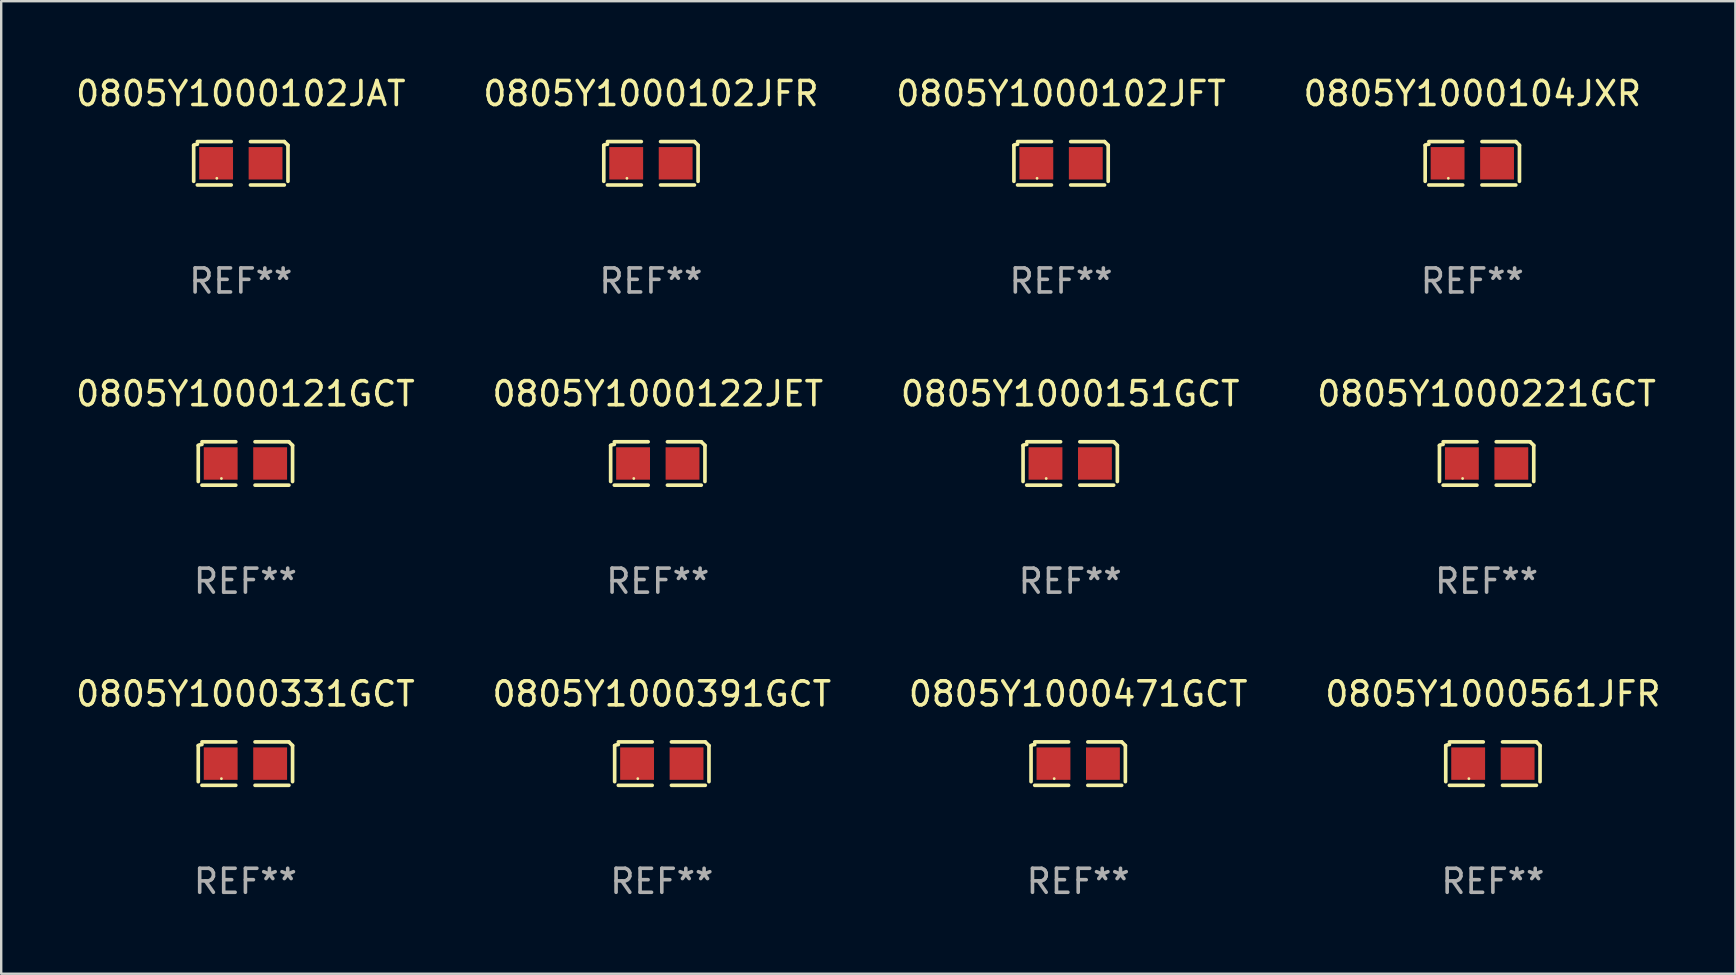
<source format=kicad_pcb>
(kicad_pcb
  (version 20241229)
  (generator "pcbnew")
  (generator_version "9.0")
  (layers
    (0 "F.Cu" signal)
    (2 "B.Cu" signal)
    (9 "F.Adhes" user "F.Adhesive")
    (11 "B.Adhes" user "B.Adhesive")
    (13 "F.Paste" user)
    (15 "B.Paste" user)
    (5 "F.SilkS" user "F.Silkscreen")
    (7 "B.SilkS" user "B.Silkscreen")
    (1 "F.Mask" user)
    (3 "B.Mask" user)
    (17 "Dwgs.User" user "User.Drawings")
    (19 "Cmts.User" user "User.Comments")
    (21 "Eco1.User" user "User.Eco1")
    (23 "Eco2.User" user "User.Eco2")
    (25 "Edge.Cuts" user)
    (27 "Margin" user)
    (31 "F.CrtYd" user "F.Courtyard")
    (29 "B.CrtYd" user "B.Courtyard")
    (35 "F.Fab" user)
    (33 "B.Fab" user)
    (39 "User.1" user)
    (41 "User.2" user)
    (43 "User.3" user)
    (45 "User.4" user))
  (footprint "0805Y1000471GCT"
    (layer "F.Cu")
    (at 41.863 28.759)
    (property "Reference" "0805Y1000471GCT" (at 0 -2.904 0) (layer "F.SilkS") (effects (font (size 1 1) (thickness 0.15))))
    (attr through_hole)
    (fp_line (start -1.964 0.751) (end -1.964 -0.751) (stroke (width 0.152) (type solid)) (layer "F.SilkS"))
    (fp_line (start -1.811 -0.904) (end -0.401 -0.904) (stroke (width 0.152) (type solid)) (layer "F.SilkS"))
    (fp_line (start -0.401 0.904) (end -1.811 0.904) (stroke (width 0.152) (type solid)) (layer "F.SilkS"))
    (fp_line (start 0.401 0.904) (end 1.811 0.904) (stroke (width 0.152) (type solid)) (layer "F.SilkS"))
    (fp_line (start 1.811 -0.904) (end 0.401 -0.904) (stroke (width 0.152) (type solid)) (layer "F.SilkS"))
    (fp_line (start 1.964 0.751) (end 1.964 -0.751) (stroke (width 0.152) (type solid)) (layer "F.SilkS"))
    (fp_arc (start -1.963602 -0.751207) (mid -1.890354 -0.783131) (end -1.811201 -0.794044) (stroke (width 0.1524) (type solid)) (layer "F.SilkS"))
    (fp_arc (start 1.811202 -0.903607) (mid 1.887413 -0.827418) (end 1.963602 -0.751207) (stroke (width 0.1524) (type solid)) (layer "F.SilkS"))
    (fp_circle (center -1 0.625) (end -0.97 0.625) (stroke (width 0.06) (type solid)) (fill no) (layer "F.SilkS"))
    (fp_text user "REF**" (at 0 4.904 0) (layer "F.Fab") (effects (font (size 1 1) (thickness 0.15))))
    (pad "1" smd rect (at -1.03 0) (size 1.41 1.35) (layers "F.Cu" "F.Mask" "F.Paste"))
    (pad "2" smd rect (at 1.03 0) (size 1.41 1.35) (layers "F.Cu" "F.Mask" "F.Paste")))
  (footprint "0805Y1000102JFR"
    (layer "F.Cu")
    (at 24.065 3.752)
    (property "Reference" "0805Y1000102JFR" (at 0 -2.904 0) (layer "F.SilkS") (effects (font (size 1 1) (thickness 0.15))))
    (attr through_hole)
    (fp_line (start -1.964 0.751) (end -1.964 -0.751) (stroke (width 0.152) (type solid)) (layer "F.SilkS"))
    (fp_line (start -1.811 -0.904) (end -0.401 -0.904) (stroke (width 0.152) (type solid)) (layer "F.SilkS"))
    (fp_line (start -0.401 0.904) (end -1.811 0.904) (stroke (width 0.152) (type solid)) (layer "F.SilkS"))
    (fp_line (start 0.401 0.904) (end 1.811 0.904) (stroke (width 0.152) (type solid)) (layer "F.SilkS"))
    (fp_line (start 1.811 -0.904) (end 0.401 -0.904) (stroke (width 0.152) (type solid)) (layer "F.SilkS"))
    (fp_line (start 1.964 0.751) (end 1.964 -0.751) (stroke (width 0.152) (type solid)) (layer "F.SilkS"))
    (fp_arc (start -1.963602 -0.751207) (mid -1.890354 -0.783131) (end -1.811201 -0.794044) (stroke (width 0.1524) (type solid)) (layer "F.SilkS"))
    (fp_arc (start 1.811202 -0.903607) (mid 1.887413 -0.827418) (end 1.963602 -0.751207) (stroke (width 0.1524) (type solid)) (layer "F.SilkS"))
    (fp_circle (center -1 0.625) (end -0.97 0.625) (stroke (width 0.06) (type solid)) (fill no) (layer "F.SilkS"))
    (fp_text user "REF**" (at 0 4.904 0) (layer "F.Fab") (effects (font (size 1 1) (thickness 0.15))))
    (pad "1" smd rect (at -1.03 0) (size 1.41 1.35) (layers "F.Cu" "F.Mask" "F.Paste"))
    (pad "2" smd rect (at 1.03 0) (size 1.41 1.35) (layers "F.Cu" "F.Mask" "F.Paste")))
  (footprint "0805Y1000121GCT"
    (layer "F.Cu")
    (at 7.173 16.256)
    (property "Reference" "0805Y1000121GCT" (at 0 -2.904 0) (layer "F.SilkS") (effects (font (size 1 1) (thickness 0.15))))
    (attr through_hole)
    (fp_line (start -1.964 0.751) (end -1.964 -0.751) (stroke (width 0.152) (type solid)) (layer "F.SilkS"))
    (fp_line (start -1.811 -0.904) (end -0.401 -0.904) (stroke (width 0.152) (type solid)) (layer "F.SilkS"))
    (fp_line (start -0.401 0.904) (end -1.811 0.904) (stroke (width 0.152) (type solid)) (layer "F.SilkS"))
    (fp_line (start 0.401 0.904) (end 1.811 0.904) (stroke (width 0.152) (type solid)) (layer "F.SilkS"))
    (fp_line (start 1.811 -0.904) (end 0.401 -0.904) (stroke (width 0.152) (type solid)) (layer "F.SilkS"))
    (fp_line (start 1.964 0.751) (end 1.964 -0.751) (stroke (width 0.152) (type solid)) (layer "F.SilkS"))
    (fp_arc (start -1.963602 -0.751207) (mid -1.890354 -0.783131) (end -1.811201 -0.794044) (stroke (width 0.1524) (type solid)) (layer "F.SilkS"))
    (fp_arc (start 1.811202 -0.903607) (mid 1.887413 -0.827418) (end 1.963602 -0.751207) (stroke (width 0.1524) (type solid)) (layer "F.SilkS"))
    (fp_circle (center -1 0.625) (end -0.97 0.625) (stroke (width 0.06) (type solid)) (fill no) (layer "F.SilkS"))
    (fp_text user "REF**" (at 0 4.904 0) (layer "F.Fab") (effects (font (size 1 1) (thickness 0.15))))
    (pad "1" smd rect (at -1.03 0) (size 1.41 1.35) (layers "F.Cu" "F.Mask" "F.Paste"))
    (pad "2" smd rect (at 1.03 0) (size 1.41 1.35) (layers "F.Cu" "F.Mask" "F.Paste")))
  (footprint "0805Y1000391GCT"
    (layer "F.Cu")
    (at 24.518 28.759)
    (property "Reference" "0805Y1000391GCT" (at 0 -2.904 0) (layer "F.SilkS") (effects (font (size 1 1) (thickness 0.15))))
    (attr through_hole)
    (fp_line (start -1.964 0.751) (end -1.964 -0.751) (stroke (width 0.152) (type solid)) (layer "F.SilkS"))
    (fp_line (start -1.811 -0.904) (end -0.401 -0.904) (stroke (width 0.152) (type solid)) (layer "F.SilkS"))
    (fp_line (start -0.401 0.904) (end -1.811 0.904) (stroke (width 0.152) (type solid)) (layer "F.SilkS"))
    (fp_line (start 0.401 0.904) (end 1.811 0.904) (stroke (width 0.152) (type solid)) (layer "F.SilkS"))
    (fp_line (start 1.811 -0.904) (end 0.401 -0.904) (stroke (width 0.152) (type solid)) (layer "F.SilkS"))
    (fp_line (start 1.964 0.751) (end 1.964 -0.751) (stroke (width 0.152) (type solid)) (layer "F.SilkS"))
    (fp_arc (start -1.963602 -0.751207) (mid -1.890354 -0.783131) (end -1.811201 -0.794044) (stroke (width 0.1524) (type solid)) (layer "F.SilkS"))
    (fp_arc (start 1.811202 -0.903607) (mid 1.887413 -0.827418) (end 1.963602 -0.751207) (stroke (width 0.1524) (type solid)) (layer "F.SilkS"))
    (fp_circle (center -1 0.625) (end -0.97 0.625) (stroke (width 0.06) (type solid)) (fill no) (layer "F.SilkS"))
    (fp_text user "REF**" (at 0 4.904 0) (layer "F.Fab") (effects (font (size 1 1) (thickness 0.15))))
    (pad "1" smd rect (at -1.03 0) (size 1.41 1.35) (layers "F.Cu" "F.Mask" "F.Paste"))
    (pad "2" smd rect (at 1.03 0) (size 1.41 1.35) (layers "F.Cu" "F.Mask" "F.Paste")))
  (footprint "0805Y1000331GCT"
    (layer "F.Cu")
    (at 7.173 28.759)
    (property "Reference" "0805Y1000331GCT" (at 0 -2.904 0) (layer "F.SilkS") (effects (font (size 1 1) (thickness 0.15))))
    (attr through_hole)
    (fp_line (start -1.964 0.751) (end -1.964 -0.751) (stroke (width 0.152) (type solid)) (layer "F.SilkS"))
    (fp_line (start -1.811 -0.904) (end -0.401 -0.904) (stroke (width 0.152) (type solid)) (layer "F.SilkS"))
    (fp_line (start -0.401 0.904) (end -1.811 0.904) (stroke (width 0.152) (type solid)) (layer "F.SilkS"))
    (fp_line (start 0.401 0.904) (end 1.811 0.904) (stroke (width 0.152) (type solid)) (layer "F.SilkS"))
    (fp_line (start 1.811 -0.904) (end 0.401 -0.904) (stroke (width 0.152) (type solid)) (layer "F.SilkS"))
    (fp_line (start 1.964 0.751) (end 1.964 -0.751) (stroke (width 0.152) (type solid)) (layer "F.SilkS"))
    (fp_arc (start -1.963602 -0.751207) (mid -1.890354 -0.783131) (end -1.811201 -0.794044) (stroke (width 0.1524) (type solid)) (layer "F.SilkS"))
    (fp_arc (start 1.811202 -0.903607) (mid 1.887413 -0.827418) (end 1.963602 -0.751207) (stroke (width 0.1524) (type solid)) (layer "F.SilkS"))
    (fp_circle (center -1 0.625) (end -0.97 0.625) (stroke (width 0.06) (type solid)) (fill no) (layer "F.SilkS"))
    (fp_text user "REF**" (at 0 4.904 0) (layer "F.Fab") (effects (font (size 1 1) (thickness 0.15))))
    (pad "1" smd rect (at -1.03 0) (size 1.41 1.35) (layers "F.Cu" "F.Mask" "F.Paste"))
    (pad "2" smd rect (at 1.03 0) (size 1.41 1.35) (layers "F.Cu" "F.Mask" "F.Paste")))
  (footprint "0805Y1000221GCT"
    (layer "F.Cu")
    (at 58.875 16.256)
    (property "Reference" "0805Y1000221GCT" (at 0 -2.904 0) (layer "F.SilkS") (effects (font (size 1 1) (thickness 0.15))))
    (attr through_hole)
    (fp_line (start -1.964 0.751) (end -1.964 -0.751) (stroke (width 0.152) (type solid)) (layer "F.SilkS"))
    (fp_line (start -1.811 -0.904) (end -0.401 -0.904) (stroke (width 0.152) (type solid)) (layer "F.SilkS"))
    (fp_line (start -0.401 0.904) (end -1.811 0.904) (stroke (width 0.152) (type solid)) (layer "F.SilkS"))
    (fp_line (start 0.401 0.904) (end 1.811 0.904) (stroke (width 0.152) (type solid)) (layer "F.SilkS"))
    (fp_line (start 1.811 -0.904) (end 0.401 -0.904) (stroke (width 0.152) (type solid)) (layer "F.SilkS"))
    (fp_line (start 1.964 0.751) (end 1.964 -0.751) (stroke (width 0.152) (type solid)) (layer "F.SilkS"))
    (fp_arc (start -1.963602 -0.751207) (mid -1.890354 -0.783131) (end -1.811201 -0.794044) (stroke (width 0.1524) (type solid)) (layer "F.SilkS"))
    (fp_arc (start 1.811202 -0.903607) (mid 1.887413 -0.827418) (end 1.963602 -0.751207) (stroke (width 0.1524) (type solid)) (layer "F.SilkS"))
    (fp_circle (center -1 0.625) (end -0.97 0.625) (stroke (width 0.06) (type solid)) (fill no) (layer "F.SilkS"))
    (fp_text user "REF**" (at 0 4.904 0) (layer "F.Fab") (effects (font (size 1 1) (thickness 0.15))))
    (pad "1" smd rect (at -1.03 0) (size 1.41 1.35) (layers "F.Cu" "F.Mask" "F.Paste"))
    (pad "2" smd rect (at 1.03 0) (size 1.41 1.35) (layers "F.Cu" "F.Mask" "F.Paste")))
  (footprint "0805Y1000122JET"
    (layer "F.Cu")
    (at 24.351 16.256)
    (property "Reference" "0805Y1000122JET" (at 0 -2.904 0) (layer "F.SilkS") (effects (font (size 1 1) (thickness 0.15))))
    (attr through_hole)
    (fp_line (start -1.964 0.751) (end -1.964 -0.751) (stroke (width 0.152) (type solid)) (layer "F.SilkS"))
    (fp_line (start -1.811 -0.904) (end -0.401 -0.904) (stroke (width 0.152) (type solid)) (layer "F.SilkS"))
    (fp_line (start -0.401 0.904) (end -1.811 0.904) (stroke (width 0.152) (type solid)) (layer "F.SilkS"))
    (fp_line (start 0.401 0.904) (end 1.811 0.904) (stroke (width 0.152) (type solid)) (layer "F.SilkS"))
    (fp_line (start 1.811 -0.904) (end 0.401 -0.904) (stroke (width 0.152) (type solid)) (layer "F.SilkS"))
    (fp_line (start 1.964 0.751) (end 1.964 -0.751) (stroke (width 0.152) (type solid)) (layer "F.SilkS"))
    (fp_arc (start -1.963602 -0.751207) (mid -1.890354 -0.783131) (end -1.811201 -0.794044) (stroke (width 0.1524) (type solid)) (layer "F.SilkS"))
    (fp_arc (start 1.811202 -0.903607) (mid 1.887413 -0.827418) (end 1.963602 -0.751207) (stroke (width 0.1524) (type solid)) (layer "F.SilkS"))
    (fp_circle (center -1 0.625) (end -0.97 0.625) (stroke (width 0.06) (type solid)) (fill no) (layer "F.SilkS"))
    (fp_text user "REF**" (at 0 4.904 0) (layer "F.Fab") (effects (font (size 1 1) (thickness 0.15))))
    (pad "1" smd rect (at -1.03 0) (size 1.41 1.35) (layers "F.Cu" "F.Mask" "F.Paste"))
    (pad "2" smd rect (at 1.03 0) (size 1.41 1.35) (layers "F.Cu" "F.Mask" "F.Paste")))
  (footprint "0805Y1000151GCT"
    (layer "F.Cu")
    (at 41.53 16.256)
    (property "Reference" "0805Y1000151GCT" (at 0 -2.904 0) (layer "F.SilkS") (effects (font (size 1 1) (thickness 0.15))))
    (attr through_hole)
    (fp_line (start -1.964 0.751) (end -1.964 -0.751) (stroke (width 0.152) (type solid)) (layer "F.SilkS"))
    (fp_line (start -1.811 -0.904) (end -0.401 -0.904) (stroke (width 0.152) (type solid)) (layer "F.SilkS"))
    (fp_line (start -0.401 0.904) (end -1.811 0.904) (stroke (width 0.152) (type solid)) (layer "F.SilkS"))
    (fp_line (start 0.401 0.904) (end 1.811 0.904) (stroke (width 0.152) (type solid)) (layer "F.SilkS"))
    (fp_line (start 1.811 -0.904) (end 0.401 -0.904) (stroke (width 0.152) (type solid)) (layer "F.SilkS"))
    (fp_line (start 1.964 0.751) (end 1.964 -0.751) (stroke (width 0.152) (type solid)) (layer "F.SilkS"))
    (fp_arc (start -1.963602 -0.751207) (mid -1.890354 -0.783131) (end -1.811201 -0.794044) (stroke (width 0.1524) (type solid)) (layer "F.SilkS"))
    (fp_arc (start 1.811202 -0.903607) (mid 1.887413 -0.827418) (end 1.963602 -0.751207) (stroke (width 0.1524) (type solid)) (layer "F.SilkS"))
    (fp_circle (center -1 0.625) (end -0.97 0.625) (stroke (width 0.06) (type solid)) (fill no) (layer "F.SilkS"))
    (fp_text user "REF**" (at 0 4.904 0) (layer "F.Fab") (effects (font (size 1 1) (thickness 0.15))))
    (pad "1" smd rect (at -1.03 0) (size 1.41 1.35) (layers "F.Cu" "F.Mask" "F.Paste"))
    (pad "2" smd rect (at 1.03 0) (size 1.41 1.35) (layers "F.Cu" "F.Mask" "F.Paste")))
  (footprint "0805Y1000102JFT"
    (layer "F.Cu")
    (at 41.149 3.752)
    (property "Reference" "0805Y1000102JFT" (at 0 -2.904 0) (layer "F.SilkS") (effects (font (size 1 1) (thickness 0.15))))
    (attr through_hole)
    (fp_line (start -1.964 0.751) (end -1.964 -0.751) (stroke (width 0.152) (type solid)) (layer "F.SilkS"))
    (fp_line (start -1.811 -0.904) (end -0.401 -0.904) (stroke (width 0.152) (type solid)) (layer "F.SilkS"))
    (fp_line (start -0.401 0.904) (end -1.811 0.904) (stroke (width 0.152) (type solid)) (layer "F.SilkS"))
    (fp_line (start 0.401 0.904) (end 1.811 0.904) (stroke (width 0.152) (type solid)) (layer "F.SilkS"))
    (fp_line (start 1.811 -0.904) (end 0.401 -0.904) (stroke (width 0.152) (type solid)) (layer "F.SilkS"))
    (fp_line (start 1.964 0.751) (end 1.964 -0.751) (stroke (width 0.152) (type solid)) (layer "F.SilkS"))
    (fp_arc (start -1.963602 -0.751207) (mid -1.890354 -0.783131) (end -1.811201 -0.794044) (stroke (width 0.1524) (type solid)) (layer "F.SilkS"))
    (fp_arc (start 1.811202 -0.903607) (mid 1.887413 -0.827418) (end 1.963602 -0.751207) (stroke (width 0.1524) (type solid)) (layer "F.SilkS"))
    (fp_circle (center -1 0.625) (end -0.97 0.625) (stroke (width 0.06) (type solid)) (fill no) (layer "F.SilkS"))
    (fp_text user "REF**" (at 0 4.904 0) (layer "F.Fab") (effects (font (size 1 1) (thickness 0.15))))
    (pad "1" smd rect (at -1.03 0) (size 1.41 1.35) (layers "F.Cu" "F.Mask" "F.Paste"))
    (pad "2" smd rect (at 1.03 0) (size 1.41 1.35) (layers "F.Cu" "F.Mask" "F.Paste")))
  (footprint "0805Y1000102JAT"
    (layer "F.Cu")
    (at 6.982 3.752)
    (property "Reference" "0805Y1000102JAT" (at 0 -2.904 0) (layer "F.SilkS") (effects (font (size 1 1) (thickness 0.15))))
    (attr through_hole)
    (fp_line (start -1.964 0.751) (end -1.964 -0.751) (stroke (width 0.152) (type solid)) (layer "F.SilkS"))
    (fp_line (start -1.811 -0.904) (end -0.401 -0.904) (stroke (width 0.152) (type solid)) (layer "F.SilkS"))
    (fp_line (start -0.401 0.904) (end -1.811 0.904) (stroke (width 0.152) (type solid)) (layer "F.SilkS"))
    (fp_line (start 0.401 0.904) (end 1.811 0.904) (stroke (width 0.152) (type solid)) (layer "F.SilkS"))
    (fp_line (start 1.811 -0.904) (end 0.401 -0.904) (stroke (width 0.152) (type solid)) (layer "F.SilkS"))
    (fp_line (start 1.964 0.751) (end 1.964 -0.751) (stroke (width 0.152) (type solid)) (layer "F.SilkS"))
    (fp_arc (start -1.963602 -0.751207) (mid -1.890354 -0.783131) (end -1.811201 -0.794044) (stroke (width 0.1524) (type solid)) (layer "F.SilkS"))
    (fp_arc (start 1.811202 -0.903607) (mid 1.887413 -0.827418) (end 1.963602 -0.751207) (stroke (width 0.1524) (type solid)) (layer "F.SilkS"))
    (fp_circle (center -1 0.625) (end -0.97 0.625) (stroke (width 0.06) (type solid)) (fill no) (layer "F.SilkS"))
    (fp_text user "REF**" (at 0 4.904 0) (layer "F.Fab") (effects (font (size 1 1) (thickness 0.15))))
    (pad "1" smd rect (at -1.03 0) (size 1.41 1.35) (layers "F.Cu" "F.Mask" "F.Paste"))
    (pad "2" smd rect (at 1.03 0) (size 1.41 1.35) (layers "F.Cu" "F.Mask" "F.Paste")))
  (footprint "0805Y1000561JFR"
    (layer "F.Cu")
    (at 59.137 28.759)
    (property "Reference" "0805Y1000561JFR" (at 0 -2.904 0) (layer "F.SilkS") (effects (font (size 1 1) (thickness 0.15))))
    (attr through_hole)
    (fp_line (start -1.964 0.751) (end -1.964 -0.751) (stroke (width 0.152) (type solid)) (layer "F.SilkS"))
    (fp_line (start -1.811 -0.904) (end -0.401 -0.904) (stroke (width 0.152) (type solid)) (layer "F.SilkS"))
    (fp_line (start -0.401 0.904) (end -1.811 0.904) (stroke (width 0.152) (type solid)) (layer "F.SilkS"))
    (fp_line (start 0.401 0.904) (end 1.811 0.904) (stroke (width 0.152) (type solid)) (layer "F.SilkS"))
    (fp_line (start 1.811 -0.904) (end 0.401 -0.904) (stroke (width 0.152) (type solid)) (layer "F.SilkS"))
    (fp_line (start 1.964 0.751) (end 1.964 -0.751) (stroke (width 0.152) (type solid)) (layer "F.SilkS"))
    (fp_arc (start -1.963602 -0.751207) (mid -1.890354 -0.783131) (end -1.811201 -0.794044) (stroke (width 0.1524) (type solid)) (layer "F.SilkS"))
    (fp_arc (start 1.811202 -0.903607) (mid 1.887413 -0.827418) (end 1.963602 -0.751207) (stroke (width 0.1524) (type solid)) (layer "F.SilkS"))
    (fp_circle (center -1 0.625) (end -0.97 0.625) (stroke (width 0.06) (type solid)) (fill no) (layer "F.SilkS"))
    (fp_text user "REF**" (at 0 4.904 0) (layer "F.Fab") (effects (font (size 1 1) (thickness 0.15))))
    (pad "1" smd rect (at -1.03 0) (size 1.41 1.35) (layers "F.Cu" "F.Mask" "F.Paste"))
    (pad "2" smd rect (at 1.03 0) (size 1.41 1.35) (layers "F.Cu" "F.Mask" "F.Paste")))
  (footprint "0805Y1000104JXR"
    (layer "F.Cu")
    (at 58.28 3.752)
    (property "Reference" "0805Y1000104JXR" (at 0 -2.904 0) (layer "F.SilkS") (effects (font (size 1 1) (thickness 0.15))))
    (attr through_hole)
    (fp_line (start -1.964 0.751) (end -1.964 -0.751) (stroke (width 0.152) (type solid)) (layer "F.SilkS"))
    (fp_line (start -1.811 -0.904) (end -0.401 -0.904) (stroke (width 0.152) (type solid)) (layer "F.SilkS"))
    (fp_line (start -0.401 0.904) (end -1.811 0.904) (stroke (width 0.152) (type solid)) (layer "F.SilkS"))
    (fp_line (start 0.401 0.904) (end 1.811 0.904) (stroke (width 0.152) (type solid)) (layer "F.SilkS"))
    (fp_line (start 1.811 -0.904) (end 0.401 -0.904) (stroke (width 0.152) (type solid)) (layer "F.SilkS"))
    (fp_line (start 1.964 0.751) (end 1.964 -0.751) (stroke (width 0.152) (type solid)) (layer "F.SilkS"))
    (fp_arc (start -1.963602 -0.751207) (mid -1.890354 -0.783131) (end -1.811201 -0.794044) (stroke (width 0.1524) (type solid)) (layer "F.SilkS"))
    (fp_arc (start 1.811202 -0.903607) (mid 1.887413 -0.827418) (end 1.963602 -0.751207) (stroke (width 0.1524) (type solid)) (layer "F.SilkS"))
    (fp_circle (center -1 0.625) (end -0.97 0.625) (stroke (width 0.06) (type solid)) (fill no) (layer "F.SilkS"))
    (fp_text user "REF**" (at 0 4.904 0) (layer "F.Fab") (effects (font (size 1 1) (thickness 0.15))))
    (pad "1" smd rect (at -1.03 0) (size 1.41 1.35) (layers "F.Cu" "F.Mask" "F.Paste"))
    (pad "2" smd rect (at 1.03 0) (size 1.41 1.35) (layers "F.Cu" "F.Mask" "F.Paste")))
  (gr_rect
    (start -3 -3)
    (end 69.238 37.511)
    (stroke (width 0.1) (type default))
    (fill no)
    (layer "Edge.Cuts")))
</source>
